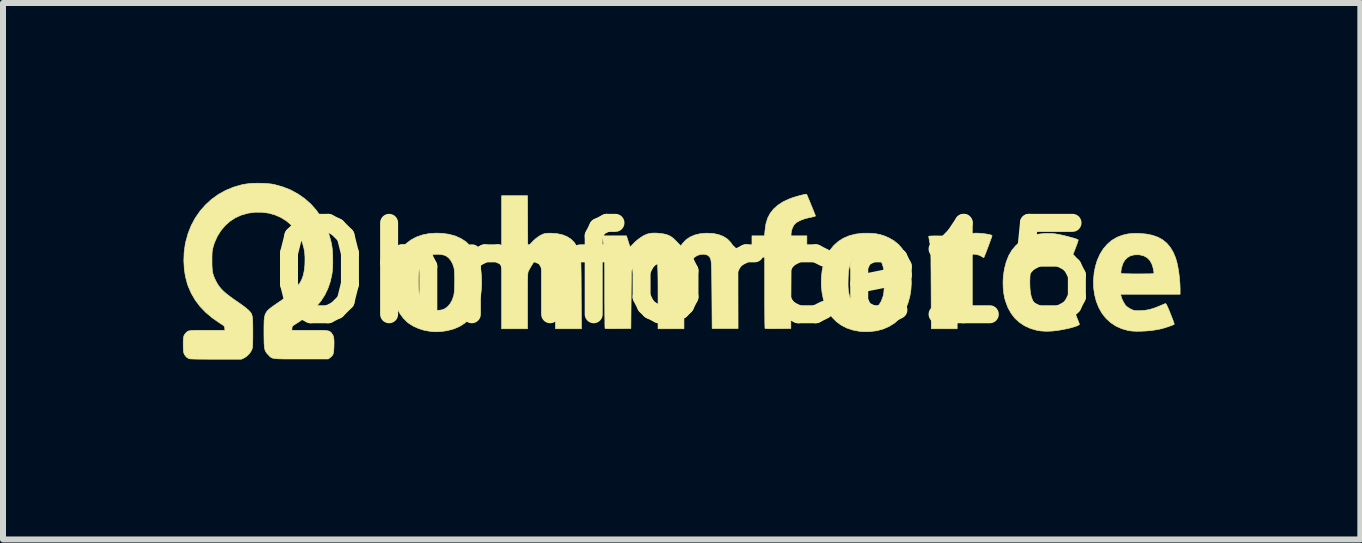
<source format=kicad_pcb>
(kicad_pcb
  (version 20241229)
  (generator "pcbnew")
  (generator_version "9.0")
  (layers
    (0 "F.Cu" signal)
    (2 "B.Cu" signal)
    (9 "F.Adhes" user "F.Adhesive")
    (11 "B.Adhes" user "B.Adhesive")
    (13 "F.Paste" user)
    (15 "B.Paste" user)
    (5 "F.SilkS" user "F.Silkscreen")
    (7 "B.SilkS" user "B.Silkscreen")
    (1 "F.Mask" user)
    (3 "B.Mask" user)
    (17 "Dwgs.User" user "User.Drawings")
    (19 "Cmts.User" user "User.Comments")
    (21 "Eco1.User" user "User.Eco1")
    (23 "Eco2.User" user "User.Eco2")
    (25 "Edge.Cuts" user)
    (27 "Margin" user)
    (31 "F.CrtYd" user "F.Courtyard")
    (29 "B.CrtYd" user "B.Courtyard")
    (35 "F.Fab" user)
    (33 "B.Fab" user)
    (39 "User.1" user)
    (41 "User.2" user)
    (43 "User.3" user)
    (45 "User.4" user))
  (footprint "Ohmforce15"
    (layer "F.Cu")
    (at 8.336 1.5)
    (property "Reference" "Ohmforce15" (at 0 0 0) (layer "F.SilkS") (effects (font (size 1.524 1.524) (thickness 0.3))))
    (attr through_hole)
    (fp_poly (pts (xy -2.589 -0.858) (xy -2.587 -0.429) (xy -2.54 -0.486) (xy -2.494 -0.536) (xy -2.442 -0.581) (xy -2.389 -0.618) (xy -2.339 -0.644) (xy -2.337 -0.645) (xy -2.309 -0.654) (xy -2.279 -0.659) (xy -2.243 -0.662) (xy -2.205 -0.662) (xy -2.103 -0.655) (xy -2.013 -0.637) (xy -1.934 -0.606) (xy -1.867 -0.563) (xy -1.811 -0.507) (xy -1.766 -0.438) (xy -1.731 -0.357) (xy -1.714 -0.296) (xy -1.711 -0.282) (xy -1.708 -0.267) (xy -1.706 -0.248) (xy -1.704 -0.225) (xy -1.702 -0.196) (xy -1.701 -0.161) (xy -1.7 -0.117) (xy -1.699 -0.063) (xy -1.698 0.001) (xy -1.697 0.077) (xy -1.697 0.167) (xy -1.696 0.272) (xy -1.696 0.349) (xy -1.692 0.931) (xy -2.125 0.931) (xy -2.127 0.366) (xy -2.129 -0.199) (xy -2.151 -0.237) (xy -2.169 -0.263) (xy -2.19 -0.284) (xy -2.199 -0.29) (xy -2.239 -0.305) (xy -2.285 -0.312) (xy -2.332 -0.308) (xy -2.357 -0.301) (xy -2.395 -0.28) (xy -2.436 -0.243) (xy -2.478 -0.193) (xy -2.52 -0.13) (xy -2.562 -0.057) (xy -2.573 -0.036) (xy -2.577 -0.028) (xy -2.58 -0.02) (xy -2.583 -0.009) (xy -2.585 0.004) (xy -2.587 0.022) (xy -2.588 0.047) (xy -2.589 0.078) (xy -2.59 0.119) (xy -2.59 0.17) (xy -2.591 0.233) (xy -2.591 0.309) (xy -2.591 0.4) (xy -2.591 0.465) (xy -2.591 0.931) (xy -3.023 0.931) (xy -3.023 -1.287) (xy -2.591 -1.287) (xy -2.589 -0.858)) (stroke (width 0.01) (type solid)) (fill yes) (layer "F.SilkS"))
    (fp_poly (pts (xy 2.062 -1.311) (xy 2.066 -1.302) (xy 2.076 -1.28) (xy 2.089 -1.248) (xy 2.106 -1.208) (xy 2.124 -1.164) (xy 2.143 -1.117) (xy 2.162 -1.072) (xy 2.179 -1.029) (xy 2.193 -0.993) (xy 2.204 -0.966) (xy 2.209 -0.951) (xy 2.21 -0.949) (xy 2.202 -0.945) (xy 2.181 -0.939) (xy 2.15 -0.931) (xy 2.115 -0.924) (xy 2.032 -0.904) (xy 1.96 -0.877) (xy 1.902 -0.846) (xy 1.885 -0.834) (xy 1.852 -0.8) (xy 1.826 -0.753) (xy 1.809 -0.7) (xy 1.805 -0.672) (xy 1.801 -0.618) (xy 2.066 -0.618) (xy 2.066 -0.262) (xy 1.804 -0.262) (xy 1.799 0.927) (xy 1.587 0.929) (xy 1.529 0.93) (xy 1.476 0.93) (xy 1.431 0.929) (xy 1.397 0.928) (xy 1.375 0.927) (xy 1.369 0.926) (xy 1.368 0.917) (xy 1.367 0.892) (xy 1.366 0.853) (xy 1.365 0.801) (xy 1.365 0.738) (xy 1.364 0.665) (xy 1.364 0.583) (xy 1.363 0.493) (xy 1.363 0.398) (xy 1.363 0.329) (xy 1.363 -0.262) (xy 1.151 -0.262) (xy 1.151 -0.618) (xy 1.256 -0.618) (xy 1.361 -0.618) (xy 1.367 -0.692) (xy 1.372 -0.736) (xy 1.378 -0.782) (xy 1.385 -0.822) (xy 1.386 -0.826) (xy 1.413 -0.914) (xy 1.455 -0.993) (xy 1.511 -1.065) (xy 1.582 -1.128) (xy 1.667 -1.184) (xy 1.768 -1.231) (xy 1.82 -1.251) (xy 1.858 -1.263) (xy 1.9 -1.276) (xy 1.943 -1.288) (xy 1.984 -1.298) (xy 2.019 -1.306) (xy 2.046 -1.311) (xy 2.06 -1.311) (xy 2.062 -1.311)) (stroke (width 0.01) (type solid)) (fill yes) (layer "F.SilkS"))
    (fp_poly (pts (xy 4.911 -0.663) (xy 4.955 -0.66) (xy 5.001 -0.656) (xy 5.048 -0.65) (xy 5.09 -0.643) (xy 5.124 -0.635) (xy 5.147 -0.627) (xy 5.154 -0.623) (xy 5.152 -0.615) (xy 5.145 -0.593) (xy 5.134 -0.562) (xy 5.119 -0.522) (xy 5.103 -0.478) (xy 5.086 -0.431) (xy 5.068 -0.385) (xy 5.052 -0.342) (xy 5.037 -0.305) (xy 5.026 -0.276) (xy 5.018 -0.259) (xy 5.016 -0.255) (xy 5.008 -0.258) (xy 4.992 -0.267) (xy 4.987 -0.271) (xy 4.946 -0.293) (xy 4.896 -0.307) (xy 4.846 -0.313) (xy 4.844 -0.313) (xy 4.794 -0.306) (xy 4.749 -0.285) (xy 4.707 -0.249) (xy 4.667 -0.197) (xy 4.63 -0.13) (xy 4.601 -0.062) (xy 4.572 0.011) (xy 4.572 0.931) (xy 4.141 0.931) (xy 4.138 0.26) (xy 4.137 0.138) (xy 4.137 0.03) (xy 4.136 -0.062) (xy 4.135 -0.142) (xy 4.135 -0.21) (xy 4.134 -0.267) (xy 4.133 -0.314) (xy 4.132 -0.354) (xy 4.13 -0.387) (xy 4.129 -0.414) (xy 4.127 -0.437) (xy 4.124 -0.456) (xy 4.122 -0.474) (xy 4.119 -0.491) (xy 4.116 -0.504) (xy 4.109 -0.542) (xy 4.103 -0.575) (xy 4.099 -0.598) (xy 4.098 -0.608) (xy 4.101 -0.611) (xy 4.113 -0.614) (xy 4.134 -0.615) (xy 4.166 -0.616) (xy 4.212 -0.617) (xy 4.271 -0.616) (xy 4.299 -0.616) (xy 4.5 -0.614) (xy 4.529 -0.514) (xy 4.541 -0.476) (xy 4.551 -0.445) (xy 4.559 -0.423) (xy 4.564 -0.415) (xy 4.564 -0.415) (xy 4.571 -0.421) (xy 4.584 -0.438) (xy 4.597 -0.458) (xy 4.641 -0.518) (xy 4.691 -0.57) (xy 4.742 -0.613) (xy 4.794 -0.643) (xy 4.844 -0.66) (xy 4.846 -0.661) (xy 4.873 -0.663) (xy 4.911 -0.663)) (stroke (width 0.01) (type solid)) (fill yes) (layer "F.SilkS"))
    (fp_poly (pts (xy 6.156 -0.657) (xy 6.209 -0.651) (xy 6.254 -0.643) (xy 6.305 -0.633) (xy 6.359 -0.621) (xy 6.414 -0.607) (xy 6.466 -0.593) (xy 6.513 -0.58) (xy 6.551 -0.568) (xy 6.578 -0.557) (xy 6.59 -0.551) (xy 6.589 -0.541) (xy 6.582 -0.519) (xy 6.571 -0.485) (xy 6.555 -0.442) (xy 6.536 -0.392) (xy 6.523 -0.358) (xy 6.45 -0.172) (xy 6.355 -0.22) (xy 6.295 -0.249) (xy 6.246 -0.27) (xy 6.204 -0.285) (xy 6.165 -0.295) (xy 6.125 -0.301) (xy 6.099 -0.303) (xy 6.029 -0.302) (xy 5.968 -0.289) (xy 5.916 -0.264) (xy 5.874 -0.227) (xy 5.84 -0.176) (xy 5.814 -0.112) (xy 5.796 -0.034) (xy 5.786 0.058) (xy 5.783 0.157) (xy 5.786 0.253) (xy 5.794 0.334) (xy 5.809 0.403) (xy 5.832 0.461) (xy 5.861 0.509) (xy 5.899 0.55) (xy 5.946 0.585) (xy 5.999 0.608) (xy 6.057 0.618) (xy 6.123 0.616) (xy 6.197 0.601) (xy 6.28 0.573) (xy 6.373 0.532) (xy 6.381 0.529) (xy 6.414 0.513) (xy 6.441 0.501) (xy 6.458 0.493) (xy 6.463 0.491) (xy 6.468 0.499) (xy 6.477 0.52) (xy 6.49 0.552) (xy 6.507 0.593) (xy 6.527 0.642) (xy 6.537 0.667) (xy 6.557 0.718) (xy 6.575 0.765) (xy 6.591 0.804) (xy 6.602 0.833) (xy 6.609 0.85) (xy 6.61 0.853) (xy 6.606 0.863) (xy 6.586 0.875) (xy 6.553 0.889) (xy 6.509 0.903) (xy 6.455 0.918) (xy 6.393 0.932) (xy 6.324 0.946) (xy 6.265 0.956) (xy 6.163 0.969) (xy 6.063 0.973) (xy 5.971 0.968) (xy 5.901 0.957) (xy 5.794 0.926) (xy 5.697 0.882) (xy 5.611 0.825) (xy 5.535 0.756) (xy 5.472 0.674) (xy 5.419 0.579) (xy 5.379 0.473) (xy 5.368 0.436) (xy 5.351 0.351) (xy 5.34 0.256) (xy 5.337 0.159) (xy 5.341 0.065) (xy 5.341 0.062) (xy 5.36 -0.066) (xy 5.39 -0.182) (xy 5.431 -0.286) (xy 5.484 -0.377) (xy 5.549 -0.455) (xy 5.625 -0.522) (xy 5.712 -0.575) (xy 5.81 -0.616) (xy 5.812 -0.617) (xy 5.924 -0.646) (xy 6.04 -0.659) (xy 6.156 -0.657)) (stroke (width 0.01) (type solid)) (fill yes) (layer "F.SilkS"))
    (fp_poly (pts (xy -4.016 -0.66) (xy -3.9 -0.644) (xy -3.795 -0.615) (xy -3.701 -0.573) (xy -3.618 -0.519) (xy -3.547 -0.452) (xy -3.486 -0.371) (xy -3.436 -0.278) (xy -3.397 -0.172) (xy -3.377 -0.092) (xy -3.367 -0.032) (xy -3.361 0.039) (xy -3.358 0.116) (xy -3.357 0.194) (xy -3.361 0.269) (xy -3.367 0.334) (xy -3.372 0.365) (xy -3.403 0.485) (xy -3.444 0.592) (xy -3.497 0.686) (xy -3.56 0.767) (xy -3.635 0.835) (xy -3.72 0.89) (xy -3.816 0.932) (xy -3.922 0.961) (xy -4 0.973) (xy -4.063 0.979) (xy -4.118 0.981) (xy -4.174 0.978) (xy -4.221 0.973) (xy -4.315 0.956) (xy -4.407 0.927) (xy -4.494 0.888) (xy -4.571 0.84) (xy -4.594 0.822) (xy -4.659 0.758) (xy -4.716 0.682) (xy -4.764 0.594) (xy -4.803 0.496) (xy -4.831 0.392) (xy -4.849 0.282) (xy -4.856 0.176) (xy -4.409 0.176) (xy -4.409 0.189) (xy -4.407 0.247) (xy -4.404 0.292) (xy -4.399 0.328) (xy -4.393 0.36) (xy -4.385 0.391) (xy -4.384 0.395) (xy -4.356 0.469) (xy -4.321 0.528) (xy -4.278 0.573) (xy -4.227 0.603) (xy -4.166 0.62) (xy -4.096 0.624) (xy -4.089 0.624) (xy -4.047 0.621) (xy -4.015 0.615) (xy -3.987 0.605) (xy -3.974 0.599) (xy -3.924 0.564) (xy -3.882 0.516) (xy -3.847 0.454) (xy -3.821 0.38) (xy -3.816 0.35) (xy -3.811 0.306) (xy -3.808 0.253) (xy -3.806 0.193) (xy -3.805 0.131) (xy -3.805 0.07) (xy -3.807 0.013) (xy -3.81 -0.036) (xy -3.815 -0.073) (xy -3.817 -0.085) (xy -3.84 -0.153) (xy -3.872 -0.21) (xy -3.91 -0.255) (xy -3.954 -0.286) (xy -3.977 -0.295) (xy -4.024 -0.306) (xy -4.079 -0.311) (xy -4.136 -0.31) (xy -4.187 -0.304) (xy -4.198 -0.302) (xy -4.253 -0.282) (xy -4.299 -0.252) (xy -4.337 -0.212) (xy -4.366 -0.161) (xy -4.388 -0.097) (xy -4.402 -0.02) (xy -4.409 0.071) (xy -4.409 0.176) (xy -4.856 0.176) (xy -4.857 0.169) (xy -4.853 0.054) (xy -4.837 -0.061) (xy -4.825 -0.117) (xy -4.79 -0.228) (xy -4.743 -0.327) (xy -4.685 -0.413) (xy -4.615 -0.488) (xy -4.535 -0.549) (xy -4.444 -0.598) (xy -4.344 -0.633) (xy -4.234 -0.655) (xy -4.116 -0.663) (xy -4.016 -0.66)) (stroke (width 0.01) (type solid)) (fill yes) (layer "F.SilkS"))
    (fp_poly (pts (xy 3.143 -0.66) (xy 3.222 -0.652) (xy 3.29 -0.638) (xy 3.355 -0.618) (xy 3.423 -0.589) (xy 3.433 -0.584) (xy 3.519 -0.535) (xy 3.594 -0.474) (xy 3.657 -0.401) (xy 3.709 -0.316) (xy 3.75 -0.219) (xy 3.78 -0.11) (xy 3.799 0.013) (xy 3.802 0.042) (xy 3.808 0.165) (xy 3.801 0.283) (xy 3.782 0.397) (xy 3.752 0.503) (xy 3.712 0.601) (xy 3.662 0.69) (xy 3.603 0.766) (xy 3.535 0.83) (xy 3.528 0.835) (xy 3.438 0.892) (xy 3.339 0.935) (xy 3.232 0.964) (xy 3.117 0.978) (xy 2.997 0.978) (xy 2.94 0.973) (xy 2.83 0.952) (xy 2.729 0.918) (xy 2.637 0.87) (xy 2.555 0.809) (xy 2.485 0.737) (xy 2.425 0.652) (xy 2.379 0.557) (xy 2.374 0.545) (xy 2.34 0.435) (xy 2.318 0.32) (xy 2.307 0.201) (xy 2.307 0.164) (xy 2.753 0.164) (xy 2.753 0.221) (xy 2.756 0.271) (xy 2.759 0.305) (xy 2.778 0.394) (xy 2.805 0.467) (xy 2.84 0.527) (xy 2.883 0.572) (xy 2.935 0.603) (xy 2.997 0.62) (xy 3.068 0.624) (xy 3.07 0.624) (xy 3.114 0.621) (xy 3.148 0.614) (xy 3.18 0.601) (xy 3.186 0.598) (xy 3.233 0.568) (xy 3.272 0.529) (xy 3.304 0.477) (xy 3.33 0.411) (xy 3.341 0.377) (xy 3.347 0.344) (xy 3.352 0.298) (xy 3.356 0.244) (xy 3.359 0.184) (xy 3.36 0.123) (xy 3.36 0.066) (xy 3.358 0.015) (xy 3.354 -0.025) (xy 3.354 -0.025) (xy 3.341 -0.093) (xy 3.324 -0.148) (xy 3.304 -0.192) (xy 3.276 -0.229) (xy 3.265 -0.242) (xy 3.233 -0.269) (xy 3.2 -0.289) (xy 3.161 -0.301) (xy 3.113 -0.307) (xy 3.056 -0.309) (xy 2.984 -0.304) (xy 2.923 -0.289) (xy 2.874 -0.263) (xy 2.834 -0.224) (xy 2.802 -0.172) (xy 2.777 -0.104) (xy 2.772 -0.089) (xy 2.766 -0.056) (xy 2.76 -0.01) (xy 2.756 0.045) (xy 2.754 0.104) (xy 2.753 0.164) (xy 2.307 0.164) (xy 2.308 0.082) (xy 2.32 -0.034) (xy 2.344 -0.144) (xy 2.379 -0.246) (xy 2.395 -0.283) (xy 2.45 -0.376) (xy 2.515 -0.457) (xy 2.591 -0.525) (xy 2.677 -0.579) (xy 2.773 -0.62) (xy 2.879 -0.647) (xy 2.995 -0.661) (xy 3.119 -0.661) (xy 3.143 -0.66)) (stroke (width 0.01) (type solid)) (fill yes) (layer "F.SilkS"))
    (fp_poly (pts (xy 7.612 -0.658) (xy 7.727 -0.648) (xy 7.829 -0.627) (xy 7.92 -0.595) (xy 7.999 -0.551) (xy 8.068 -0.494) (xy 8.126 -0.425) (xy 8.175 -0.343) (xy 8.215 -0.247) (xy 8.22 -0.229) (xy 8.238 -0.165) (xy 8.254 -0.087) (xy 8.268 -0.002) (xy 8.278 0.089) (xy 8.286 0.18) (xy 8.289 0.266) (xy 8.289 0.282) (xy 8.289 0.356) (xy 7.297 0.356) (xy 7.303 0.383) (xy 7.314 0.42) (xy 7.332 0.462) (xy 7.355 0.504) (xy 7.377 0.538) (xy 7.382 0.544) (xy 7.404 0.564) (xy 7.435 0.586) (xy 7.466 0.603) (xy 7.492 0.615) (xy 7.513 0.623) (xy 7.535 0.628) (xy 7.561 0.63) (xy 7.598 0.63) (xy 7.616 0.63) (xy 7.697 0.625) (xy 7.779 0.611) (xy 7.863 0.585) (xy 7.951 0.55) (xy 7.986 0.535) (xy 8.016 0.522) (xy 8.037 0.514) (xy 8.044 0.511) (xy 8.05 0.513) (xy 8.058 0.523) (xy 8.068 0.542) (xy 8.082 0.572) (xy 8.101 0.615) (xy 8.124 0.672) (xy 8.126 0.678) (xy 8.146 0.728) (xy 8.164 0.773) (xy 8.178 0.811) (xy 8.187 0.838) (xy 8.191 0.853) (xy 8.191 0.855) (xy 8.181 0.862) (xy 8.158 0.872) (xy 8.125 0.884) (xy 8.086 0.898) (xy 8.045 0.911) (xy 8.004 0.923) (xy 7.968 0.933) (xy 7.892 0.948) (xy 7.81 0.96) (xy 7.724 0.968) (xy 7.639 0.972) (xy 7.558 0.973) (xy 7.486 0.969) (xy 7.426 0.961) (xy 7.425 0.961) (xy 7.319 0.931) (xy 7.221 0.888) (xy 7.133 0.83) (xy 7.055 0.759) (xy 7.049 0.752) (xy 6.984 0.669) (xy 6.932 0.575) (xy 6.891 0.471) (xy 6.863 0.361) (xy 6.847 0.244) (xy 6.845 0.123) (xy 6.856 0.00028) (xy 6.857 -0.003) (xy 7.302 -0.003) (xy 7.303 0.009) (xy 7.303 0.009) (xy 7.312 0.011) (xy 7.336 0.013) (xy 7.372 0.014) (xy 7.417 0.015) (xy 7.47 0.016) (xy 7.527 0.017) (xy 7.586 0.017) (xy 7.644 0.017) (xy 7.7 0.016) (xy 7.751 0.016) (xy 7.794 0.015) (xy 7.827 0.013) (xy 7.847 0.012) (xy 7.852 0.01) (xy 7.853 -0.002) (xy 7.85 -0.027) (xy 7.844 -0.058) (xy 7.836 -0.093) (xy 7.826 -0.125) (xy 7.817 -0.151) (xy 7.816 -0.153) (xy 7.784 -0.209) (xy 7.74 -0.253) (xy 7.686 -0.283) (xy 7.622 -0.3) (xy 7.595 -0.303) (xy 7.523 -0.301) (xy 7.461 -0.285) (xy 7.409 -0.255) (xy 7.367 -0.212) (xy 7.334 -0.155) (xy 7.312 -0.085) (xy 7.307 -0.057) (xy 7.303 -0.027) (xy 7.302 -0.003) (xy 6.857 -0.003) (xy 6.875 -0.1) (xy 6.908 -0.211) (xy 6.953 -0.311) (xy 7.008 -0.4) (xy 7.074 -0.477) (xy 7.148 -0.541) (xy 7.232 -0.591) (xy 7.277 -0.61) (xy 7.348 -0.634) (xy 7.421 -0.65) (xy 7.5 -0.658) (xy 7.59 -0.659) (xy 7.612 -0.658)) (stroke (width 0.01) (type solid)) (fill yes) (layer "F.SilkS"))
    (fp_poly (pts (xy -0.434 -0.663) (xy -0.402 -0.66) (xy -0.333 -0.652) (xy -0.277 -0.64) (xy -0.229 -0.622) (xy -0.186 -0.596) (xy -0.142 -0.56) (xy -0.1 -0.517) (xy -0.036 -0.45) (xy -0.008 -0.488) (xy 0.047 -0.548) (xy 0.114 -0.595) (xy 0.192 -0.63) (xy 0.28 -0.652) (xy 0.379 -0.662) (xy 0.406 -0.662) (xy 0.507 -0.657) (xy 0.596 -0.638) (xy 0.674 -0.608) (xy 0.741 -0.565) (xy 0.796 -0.509) (xy 0.842 -0.44) (xy 0.877 -0.357) (xy 0.899 -0.275) (xy 0.903 -0.258) (xy 0.906 -0.241) (xy 0.909 -0.224) (xy 0.911 -0.204) (xy 0.913 -0.181) (xy 0.914 -0.152) (xy 0.916 -0.118) (xy 0.917 -0.075) (xy 0.917 -0.024) (xy 0.918 0.038) (xy 0.918 0.112) (xy 0.918 0.199) (xy 0.918 0.301) (xy 0.918 0.368) (xy 0.919 0.927) (xy 0.487 0.927) (xy 0.483 0.368) (xy 0.482 0.255) (xy 0.481 0.157) (xy 0.48 0.074) (xy 0.479 0.004) (xy 0.478 -0.055) (xy 0.476 -0.103) (xy 0.474 -0.141) (xy 0.472 -0.172) (xy 0.469 -0.197) (xy 0.466 -0.216) (xy 0.462 -0.231) (xy 0.457 -0.243) (xy 0.452 -0.254) (xy 0.445 -0.264) (xy 0.443 -0.268) (xy 0.418 -0.292) (xy 0.382 -0.306) (xy 0.339 -0.312) (xy 0.292 -0.307) (xy 0.245 -0.293) (xy 0.232 -0.287) (xy 0.185 -0.255) (xy 0.139 -0.209) (xy 0.096 -0.151) (xy 0.057 -0.083) (xy 0.037 -0.039) (xy 0.017 0.011) (xy 0.017 0.931) (xy -0.415 0.931) (xy -0.415 0.404) (xy -0.415 0.283) (xy -0.415 0.177) (xy -0.416 0.086) (xy -0.417 0.009) (xy -0.419 -0.057) (xy -0.421 -0.111) (xy -0.424 -0.156) (xy -0.428 -0.191) (xy -0.433 -0.22) (xy -0.439 -0.242) (xy -0.446 -0.259) (xy -0.454 -0.272) (xy -0.464 -0.282) (xy -0.475 -0.291) (xy -0.478 -0.293) (xy -0.507 -0.305) (xy -0.546 -0.311) (xy -0.588 -0.311) (xy -0.626 -0.305) (xy -0.638 -0.301) (xy -0.676 -0.28) (xy -0.716 -0.244) (xy -0.758 -0.196) (xy -0.799 -0.136) (xy -0.839 -0.068) (xy -0.839 -0.068) (xy -0.859 -0.03) (xy -0.864 0.449) (xy -0.868 0.927) (xy -1.08 0.929) (xy -1.138 0.93) (xy -1.191 0.93) (xy -1.236 0.929) (xy -1.27 0.928) (xy -1.292 0.927) (xy -1.298 0.926) (xy -1.299 0.917) (xy -1.3 0.892) (xy -1.301 0.853) (xy -1.301 0.801) (xy -1.302 0.737) (xy -1.303 0.663) (xy -1.303 0.58) (xy -1.304 0.49) (xy -1.304 0.393) (xy -1.304 0.291) (xy -1.304 0.289) (xy -1.304 0.169) (xy -1.304 0.065) (xy -1.304 -0.025) (xy -1.305 -0.102) (xy -1.305 -0.168) (xy -1.306 -0.223) (xy -1.307 -0.269) (xy -1.308 -0.308) (xy -1.309 -0.341) (xy -1.311 -0.369) (xy -1.313 -0.394) (xy -1.315 -0.417) (xy -1.318 -0.439) (xy -1.321 -0.456) (xy -1.327 -0.5) (xy -1.332 -0.54) (xy -1.336 -0.572) (xy -1.338 -0.592) (xy -1.338 -0.593) (xy -1.338 -0.618) (xy -0.941 -0.618) (xy -0.914 -0.531) (xy -0.903 -0.495) (xy -0.893 -0.465) (xy -0.885 -0.445) (xy -0.881 -0.438) (xy -0.873 -0.441) (xy -0.858 -0.454) (xy -0.838 -0.475) (xy -0.836 -0.477) (xy -0.79 -0.524) (xy -0.733 -0.57) (xy -0.674 -0.61) (xy -0.643 -0.627) (xy -0.597 -0.647) (xy -0.549 -0.659) (xy -0.497 -0.664) (xy -0.434 -0.663)) (stroke (width 0.01) (type solid)) (fill yes) (layer "F.SilkS"))
    (fp_poly (pts (xy -7.015 -1.494) (xy -6.938 -1.49) (xy -6.868 -1.483) (xy -6.818 -1.475) (xy -6.676 -1.436) (xy -6.543 -1.384) (xy -6.42 -1.317) (xy -6.306 -1.238) (xy -6.203 -1.147) (xy -6.112 -1.044) (xy -6.032 -0.93) (xy -5.964 -0.806) (xy -5.91 -0.672) (xy -5.869 -0.529) (xy -5.853 -0.449) (xy -5.846 -0.395) (xy -5.841 -0.33) (xy -5.839 -0.257) (xy -5.838 -0.182) (xy -5.84 -0.109) (xy -5.844 -0.042) (xy -5.851 0.015) (xy -5.854 0.033) (xy -5.882 0.154) (xy -5.921 0.265) (xy -5.971 0.369) (xy -6.035 0.468) (xy -6.114 0.564) (xy -6.172 0.626) (xy -6.274 0.72) (xy -6.381 0.802) (xy -6.457 0.851) (xy -6.486 0.869) (xy -6.504 0.883) (xy -6.513 0.895) (xy -6.517 0.909) (xy -6.518 0.922) (xy -6.52 0.957) (xy -6.223 0.957) (xy -6.14 0.957) (xy -6.073 0.957) (xy -6.019 0.958) (xy -5.976 0.959) (xy -5.944 0.962) (xy -5.919 0.966) (xy -5.901 0.971) (xy -5.886 0.978) (xy -5.875 0.986) (xy -5.864 0.998) (xy -5.856 1.008) (xy -5.84 1.029) (xy -5.829 1.053) (xy -5.822 1.082) (xy -5.818 1.12) (xy -5.817 1.169) (xy -5.818 1.215) (xy -5.82 1.271) (xy -5.824 1.314) (xy -5.83 1.345) (xy -5.84 1.369) (xy -5.855 1.388) (xy -5.876 1.407) (xy -5.882 1.411) (xy -5.913 1.435) (xy -6.362 1.435) (xy -6.465 1.435) (xy -6.552 1.435) (xy -6.625 1.435) (xy -6.685 1.434) (xy -6.734 1.433) (xy -6.774 1.43) (xy -6.805 1.427) (xy -6.83 1.423) (xy -6.85 1.417) (xy -6.865 1.41) (xy -6.878 1.401) (xy -6.891 1.389) (xy -6.903 1.376) (xy -6.915 1.364) (xy -6.934 1.343) (xy -6.949 1.324) (xy -6.961 1.303) (xy -6.97 1.278) (xy -6.976 1.248) (xy -6.98 1.211) (xy -6.983 1.164) (xy -6.984 1.105) (xy -6.985 1.032) (xy -6.985 0.996) (xy -6.985 0.912) (xy -6.984 0.843) (xy -6.982 0.786) (xy -6.976 0.739) (xy -6.967 0.7) (xy -6.953 0.668) (xy -6.933 0.638) (xy -6.906 0.61) (xy -6.87 0.581) (xy -6.826 0.549) (xy -6.772 0.511) (xy -6.751 0.497) (xy -6.679 0.448) (xy -6.62 0.406) (xy -6.572 0.369) (xy -6.532 0.337) (xy -6.499 0.308) (xy -6.471 0.28) (xy -6.446 0.252) (xy -6.434 0.237) (xy -6.389 0.174) (xy -6.354 0.109) (xy -6.329 0.038) (xy -6.313 -0.041) (xy -6.303 -0.132) (xy -6.302 -0.165) (xy -6.301 -0.257) (xy -6.306 -0.337) (xy -6.319 -0.411) (xy -6.338 -0.482) (xy -6.353 -0.525) (xy -6.4 -0.627) (xy -6.459 -0.718) (xy -6.53 -0.798) (xy -6.611 -0.867) (xy -6.701 -0.923) (xy -6.799 -0.966) (xy -6.903 -0.996) (xy -7.013 -1.011) (xy -7.127 -1.012) (xy -7.244 -0.997) (xy -7.258 -0.994) (xy -7.364 -0.964) (xy -7.463 -0.919) (xy -7.553 -0.86) (xy -7.634 -0.788) (xy -7.704 -0.704) (xy -7.763 -0.61) (xy -7.81 -0.505) (xy -7.833 -0.432) (xy -7.84 -0.403) (xy -7.845 -0.377) (xy -7.849 -0.348) (xy -7.851 -0.314) (xy -7.852 -0.271) (xy -7.852 -0.216) (xy -7.852 -0.203) (xy -7.852 -0.134) (xy -7.849 -0.077) (xy -7.845 -0.031) (xy -7.837 0.01) (xy -7.825 0.049) (xy -7.809 0.089) (xy -7.789 0.131) (xy -7.764 0.178) (xy -7.736 0.22) (xy -7.703 0.261) (xy -7.664 0.302) (xy -7.616 0.344) (xy -7.558 0.389) (xy -7.488 0.44) (xy -7.434 0.477) (xy -7.387 0.51) (xy -7.34 0.543) (xy -7.298 0.575) (xy -7.264 0.603) (xy -7.242 0.622) (xy -7.224 0.641) (xy -7.209 0.658) (xy -7.197 0.676) (xy -7.188 0.697) (xy -7.181 0.723) (xy -7.177 0.755) (xy -7.174 0.796) (xy -7.172 0.848) (xy -7.171 0.912) (xy -7.171 0.991) (xy -7.171 0.998) (xy -7.171 1.071) (xy -7.172 1.129) (xy -7.173 1.175) (xy -7.175 1.209) (xy -7.177 1.236) (xy -7.18 1.255) (xy -7.184 1.271) (xy -7.185 1.273) (xy -7.205 1.313) (xy -7.236 1.354) (xy -7.274 1.39) (xy -7.314 1.417) (xy -7.319 1.419) (xy -7.362 1.439) (xy -7.789 1.439) (xy -7.89 1.439) (xy -7.976 1.438) (xy -8.047 1.438) (xy -8.105 1.437) (xy -8.15 1.436) (xy -8.186 1.435) (xy -8.212 1.433) (xy -8.229 1.431) (xy -8.24 1.428) (xy -8.242 1.427) (xy -8.28 1.402) (xy -8.31 1.362) (xy -8.318 1.344) (xy -8.324 1.324) (xy -8.328 1.296) (xy -8.33 1.257) (xy -8.331 1.205) (xy -8.331 1.195) (xy -8.331 1.139) (xy -8.328 1.097) (xy -8.324 1.066) (xy -8.317 1.042) (xy -8.306 1.023) (xy -8.29 1.005) (xy -8.29 1.005) (xy -8.279 0.992) (xy -8.267 0.982) (xy -8.255 0.974) (xy -8.24 0.968) (xy -8.219 0.964) (xy -8.193 0.961) (xy -8.157 0.959) (xy -8.112 0.957) (xy -8.054 0.957) (xy -7.983 0.957) (xy -7.929 0.957) (xy -7.636 0.957) (xy -7.639 0.922) (xy -7.64 0.906) (xy -7.644 0.894) (xy -7.654 0.883) (xy -7.671 0.869) (xy -7.698 0.851) (xy -7.721 0.837) (xy -7.846 0.75) (xy -7.956 0.658) (xy -8.051 0.559) (xy -8.131 0.453) (xy -8.197 0.34) (xy -8.25 0.218) (xy -8.263 0.179) (xy -8.295 0.058) (xy -8.314 -0.071) (xy -8.321 -0.205) (xy -8.316 -0.341) (xy -8.298 -0.475) (xy -8.289 -0.517) (xy -8.25 -0.658) (xy -8.197 -0.792) (xy -8.13 -0.916) (xy -8.051 -1.03) (xy -7.96 -1.134) (xy -7.858 -1.227) (xy -7.746 -1.308) (xy -7.625 -1.375) (xy -7.495 -1.429) (xy -7.357 -1.469) (xy -7.311 -1.478) (xy -7.249 -1.487) (xy -7.176 -1.493) (xy -7.097 -1.495) (xy -7.015 -1.494)) (stroke (width 0.01) (type solid)) (fill yes) (layer "F.SilkS")))
  (gr_rect
    (start -3 -3)
    (end 19.63 5.944)
    (stroke (width 0.1) (type default))
    (fill no)
    (layer "Edge.Cuts")))
</source>
